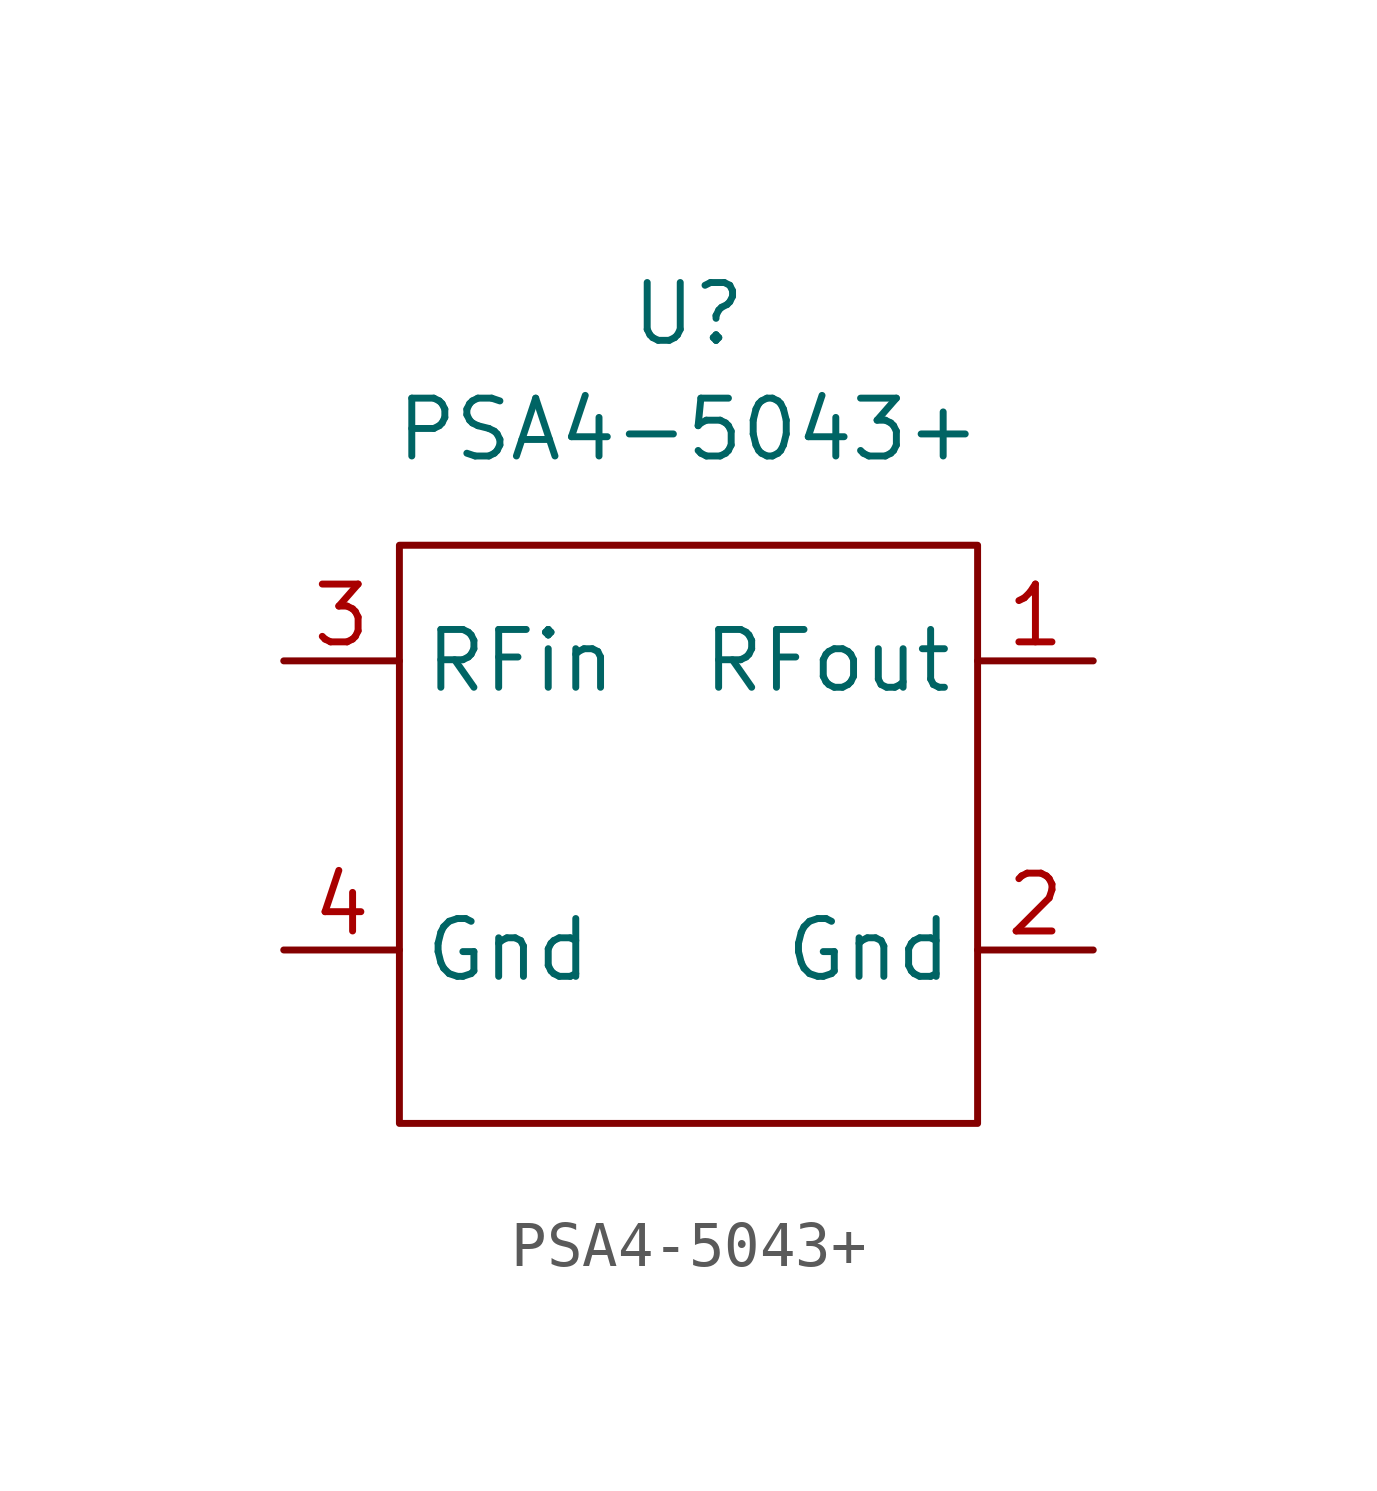
<source format=kicad_sym>
(kicad_symbol_lib
  (version 20211014)
  (generator kicad_symbol_editor)
  (symbol "PSA4-5043+"
    (property "Reference" "U"
      (at 0 0 0)
      (effects (font (size 1.27 1.27))))
    (property "Value" "PSA4-5043+"
      (at 0 -2.54 0)
      (effects (font (size 1.27 1.27))))
    (symbol "PSA4-5043+_0_1"
      (rectangle (start -6.35 -5.08) (end 6.35 -17.78) (stroke (width 0) (type default) (color 0 0 0 0)) (fill (type none))))
    (symbol "PSA4-5043+_1_1"
      (pin output line (at 8.89 -7.62 180) (length 2.54) (name "RFout" (effects (font (size 1.27 1.27)))) (number "1" (effects (font (size 1.27 1.27)))))
      (pin bidirectional line (at 8.89 -13.97 180) (length 2.54) (name "Gnd" (effects (font (size 1.27 1.27)))) (number "2" (effects (font (size 1.27 1.27)))))
      (pin input line (at -8.89 -7.62 0) (length 2.54) (name "RFin" (effects (font (size 1.27 1.27)))) (number "3" (effects (font (size 1.27 1.27)))))
      (pin bidirectional line (at -8.89 -13.97 0) (length 2.54) (name "Gnd" (effects (font (size 1.27 1.27)))) (number "4" (effects (font (size 1.27 1.27))))))))
</source>
